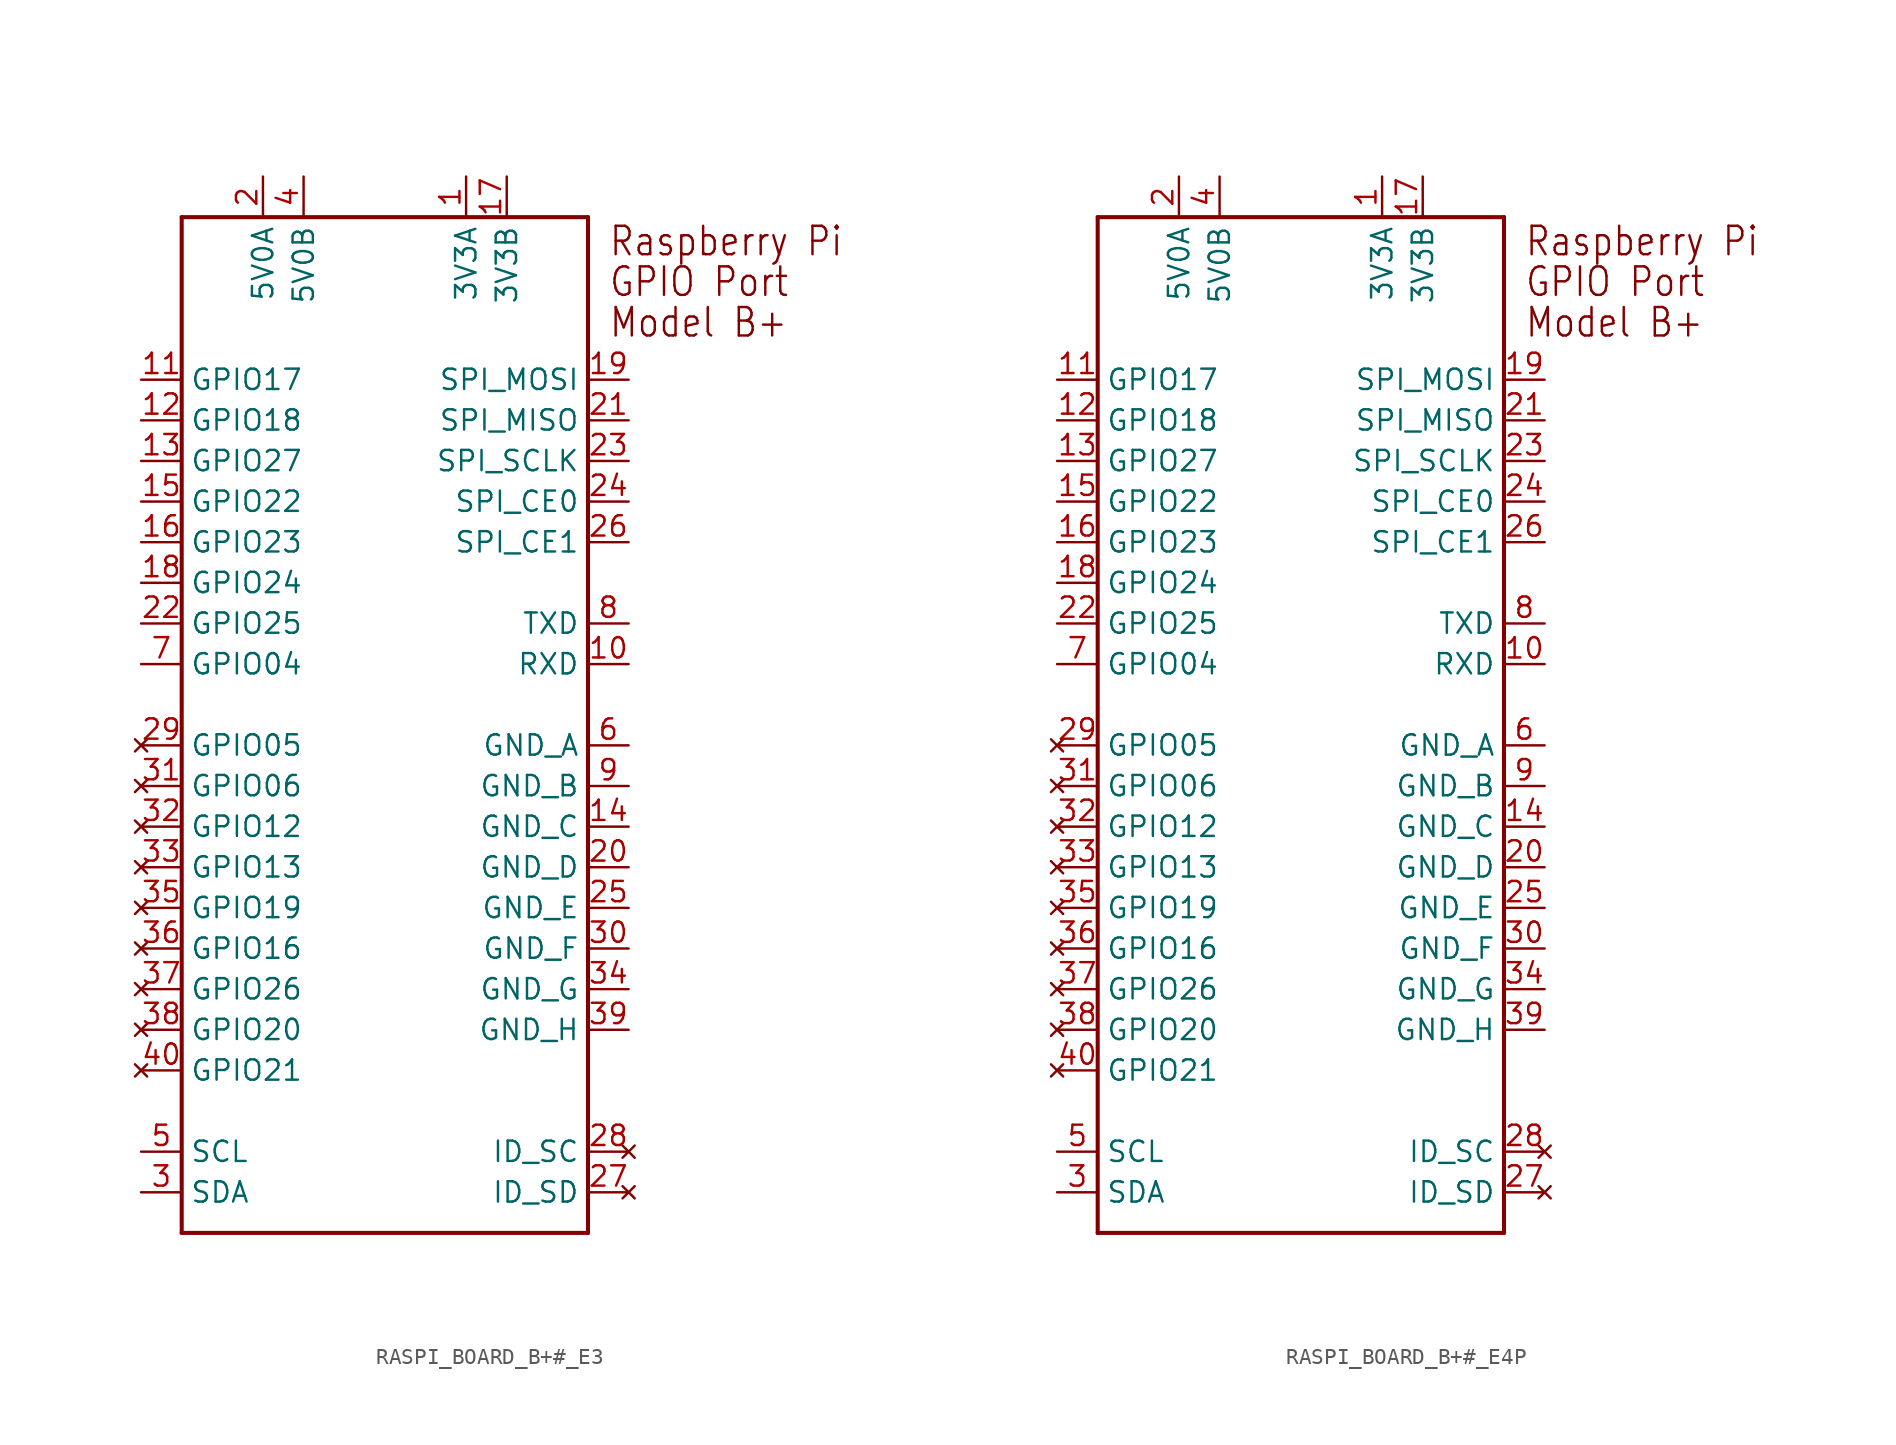
<source format=kicad_sym>
(kicad_symbol_lib
  (version 20220914)
  (generator kicad_symbol_editor)
  (symbol "RASPI_BOARD_B+#_E3"
    (property "Reference" "X"
      (at 0 0 0)
      (effects (font (size 1.27 1.27)) hide))
    (property "ki_locked" ""
      (at 0 0 0)
      (effects (font (size 1.27 1.27))))
    (symbol "RASPI_BOARD_B+#_E3_1_0"
      (polyline (pts (xy -12.7 -38.1) (xy -12.7 25.4)) (stroke (width 0.254) (type solid)) (fill (type none)))
      (polyline (pts (xy -12.7 25.4) (xy 12.7 25.4)) (stroke (width 0.254) (type solid)) (fill (type none)))
      (polyline (pts (xy 12.7 -38.1) (xy -12.7 -38.1)) (stroke (width 0.254) (type solid)) (fill (type none)))
      (polyline (pts (xy 12.7 25.4) (xy 12.7 -38.1)) (stroke (width 0.254) (type solid)) (fill (type none)))
      (text "GPIO Port" (at 13.97 20.32 0) (effects (font (size 1.778 1.511)) (justify left bottom)))
      (text "Model B+" (at 13.97 17.78 0) (effects (font (size 1.778 1.511)) (justify left bottom)))
      (text "Raspberry Pi" (at 13.97 22.86 0) (effects (font (size 1.778 1.511)) (justify left bottom)))
      (pin power_in line (at 5.08 27.94 270) (length 2.54) (name "3V3A" (effects (font (size 1.27 1.27)))) (number "1" (effects (font (size 1.27 1.27)))))
      (pin bidirectional line (at 15.24 -2.54 180) (length 2.54) (name "RXD" (effects (font (size 1.27 1.27)))) (number "10" (effects (font (size 1.27 1.27)))))
      (pin bidirectional line (at -15.24 15.24 0) (length 2.54) (name "GPIO17" (effects (font (size 1.27 1.27)))) (number "11" (effects (font (size 1.27 1.27)))))
      (pin bidirectional line (at -15.24 12.7 0) (length 2.54) (name "GPIO18" (effects (font (size 1.27 1.27)))) (number "12" (effects (font (size 1.27 1.27)))))
      (pin bidirectional line (at -15.24 10.16 0) (length 2.54) (name "GPIO27" (effects (font (size 1.27 1.27)))) (number "13" (effects (font (size 1.27 1.27)))))
      (pin power_in line (at 15.24 -12.7 180) (length 2.54) (name "GND_C" (effects (font (size 1.27 1.27)))) (number "14" (effects (font (size 1.27 1.27)))))
      (pin bidirectional line (at -15.24 7.62 0) (length 2.54) (name "GPIO22" (effects (font (size 1.27 1.27)))) (number "15" (effects (font (size 1.27 1.27)))))
      (pin bidirectional line (at -15.24 5.08 0) (length 2.54) (name "GPIO23" (effects (font (size 1.27 1.27)))) (number "16" (effects (font (size 1.27 1.27)))))
      (pin power_in line (at 7.62 27.94 270) (length 2.54) (name "3V3B" (effects (font (size 1.27 1.27)))) (number "17" (effects (font (size 1.27 1.27)))))
      (pin bidirectional line (at -15.24 2.54 0) (length 2.54) (name "GPIO24" (effects (font (size 1.27 1.27)))) (number "18" (effects (font (size 1.27 1.27)))))
      (pin bidirectional line (at 15.24 15.24 180) (length 2.54) (name "SPI_MOSI" (effects (font (size 1.27 1.27)))) (number "19" (effects (font (size 1.27 1.27)))))
      (pin power_in line (at -7.62 27.94 270) (length 2.54) (name "5V0A" (effects (font (size 1.27 1.27)))) (number "2" (effects (font (size 1.27 1.27)))))
      (pin power_in line (at 15.24 -15.24 180) (length 2.54) (name "GND_D" (effects (font (size 1.27 1.27)))) (number "20" (effects (font (size 1.27 1.27)))))
      (pin bidirectional line (at 15.24 12.7 180) (length 2.54) (name "SPI_MISO" (effects (font (size 1.27 1.27)))) (number "21" (effects (font (size 1.27 1.27)))))
      (pin bidirectional line (at -15.24 0 0) (length 2.54) (name "GPIO25" (effects (font (size 1.27 1.27)))) (number "22" (effects (font (size 1.27 1.27)))))
      (pin bidirectional line (at 15.24 10.16 180) (length 2.54) (name "SPI_SCLK" (effects (font (size 1.27 1.27)))) (number "23" (effects (font (size 1.27 1.27)))))
      (pin bidirectional line (at 15.24 7.62 180) (length 2.54) (name "SPI_CE0" (effects (font (size 1.27 1.27)))) (number "24" (effects (font (size 1.27 1.27)))))
      (pin power_in line (at 15.24 -17.78 180) (length 2.54) (name "GND_E" (effects (font (size 1.27 1.27)))) (number "25" (effects (font (size 1.27 1.27)))))
      (pin bidirectional line (at 15.24 5.08 180) (length 2.54) (name "SPI_CE1" (effects (font (size 1.27 1.27)))) (number "26" (effects (font (size 1.27 1.27)))))
      (pin no_connect line (at 15.24 -35.56 180) (length 2.54) (name "ID_SD" (effects (font (size 1.27 1.27)))) (number "27" (effects (font (size 1.27 1.27)))))
      (pin no_connect line (at 15.24 -33.02 180) (length 2.54) (name "ID_SC" (effects (font (size 1.27 1.27)))) (number "28" (effects (font (size 1.27 1.27)))))
      (pin no_connect line (at -15.24 -7.62 0) (length 2.54) (name "GPIO05" (effects (font (size 1.27 1.27)))) (number "29" (effects (font (size 1.27 1.27)))))
      (pin bidirectional line (at -15.24 -35.56 0) (length 2.54) (name "SDA" (effects (font (size 1.27 1.27)))) (number "3" (effects (font (size 1.27 1.27)))))
      (pin power_in line (at 15.24 -20.32 180) (length 2.54) (name "GND_F" (effects (font (size 1.27 1.27)))) (number "30" (effects (font (size 1.27 1.27)))))
      (pin no_connect line (at -15.24 -10.16 0) (length 2.54) (name "GPIO06" (effects (font (size 1.27 1.27)))) (number "31" (effects (font (size 1.27 1.27)))))
      (pin no_connect line (at -15.24 -12.7 0) (length 2.54) (name "GPIO12" (effects (font (size 1.27 1.27)))) (number "32" (effects (font (size 1.27 1.27)))))
      (pin no_connect line (at -15.24 -15.24 0) (length 2.54) (name "GPIO13" (effects (font (size 1.27 1.27)))) (number "33" (effects (font (size 1.27 1.27)))))
      (pin power_in line (at 15.24 -22.86 180) (length 2.54) (name "GND_G" (effects (font (size 1.27 1.27)))) (number "34" (effects (font (size 1.27 1.27)))))
      (pin no_connect line (at -15.24 -17.78 0) (length 2.54) (name "GPIO19" (effects (font (size 1.27 1.27)))) (number "35" (effects (font (size 1.27 1.27)))))
      (pin no_connect line (at -15.24 -20.32 0) (length 2.54) (name "GPIO16" (effects (font (size 1.27 1.27)))) (number "36" (effects (font (size 1.27 1.27)))))
      (pin no_connect line (at -15.24 -22.86 0) (length 2.54) (name "GPIO26" (effects (font (size 1.27 1.27)))) (number "37" (effects (font (size 1.27 1.27)))))
      (pin no_connect line (at -15.24 -25.4 0) (length 2.54) (name "GPIO20" (effects (font (size 1.27 1.27)))) (number "38" (effects (font (size 1.27 1.27)))))
      (pin power_in line (at 15.24 -25.4 180) (length 2.54) (name "GND_H" (effects (font (size 1.27 1.27)))) (number "39" (effects (font (size 1.27 1.27)))))
      (pin power_in line (at -5.08 27.94 270) (length 2.54) (name "5V0B" (effects (font (size 1.27 1.27)))) (number "4" (effects (font (size 1.27 1.27)))))
      (pin no_connect line (at -15.24 -27.94 0) (length 2.54) (name "GPIO21" (effects (font (size 1.27 1.27)))) (number "40" (effects (font (size 1.27 1.27)))))
      (pin bidirectional line (at -15.24 -33.02 0) (length 2.54) (name "SCL" (effects (font (size 1.27 1.27)))) (number "5" (effects (font (size 1.27 1.27)))))
      (pin power_in line (at 15.24 -7.62 180) (length 2.54) (name "GND_A" (effects (font (size 1.27 1.27)))) (number "6" (effects (font (size 1.27 1.27)))))
      (pin bidirectional line (at -15.24 -2.54 0) (length 2.54) (name "GPIO04" (effects (font (size 1.27 1.27)))) (number "7" (effects (font (size 1.27 1.27)))))
      (pin bidirectional line (at 15.24 0 180) (length 2.54) (name "TXD" (effects (font (size 1.27 1.27)))) (number "8" (effects (font (size 1.27 1.27)))))
      (pin power_in line (at 15.24 -10.16 180) (length 2.54) (name "GND_B" (effects (font (size 1.27 1.27)))) (number "9" (effects (font (size 1.27 1.27)))))))
  (symbol "RASPI_BOARD_B+#_E4P"
    (property "Reference" "X"
      (at 0 0 0)
      (effects (font (size 1.27 1.27)) hide))
    (property "ki_locked" ""
      (at 0 0 0)
      (effects (font (size 1.27 1.27))))
    (symbol "RASPI_BOARD_B+#_E4P_1_0"
      (polyline (pts (xy -12.7 -38.1) (xy -12.7 25.4)) (stroke (width 0.254) (type solid)) (fill (type none)))
      (polyline (pts (xy -12.7 25.4) (xy 12.7 25.4)) (stroke (width 0.254) (type solid)) (fill (type none)))
      (polyline (pts (xy 12.7 -38.1) (xy -12.7 -38.1)) (stroke (width 0.254) (type solid)) (fill (type none)))
      (polyline (pts (xy 12.7 25.4) (xy 12.7 -38.1)) (stroke (width 0.254) (type solid)) (fill (type none)))
      (text "GPIO Port" (at 13.97 20.32 0) (effects (font (size 1.778 1.511)) (justify left bottom)))
      (text "Model B+" (at 13.97 17.78 0) (effects (font (size 1.778 1.511)) (justify left bottom)))
      (text "Raspberry Pi" (at 13.97 22.86 0) (effects (font (size 1.778 1.511)) (justify left bottom)))
      (pin power_in line (at 5.08 27.94 270) (length 2.54) (name "3V3A" (effects (font (size 1.27 1.27)))) (number "1" (effects (font (size 1.27 1.27)))))
      (pin bidirectional line (at 15.24 -2.54 180) (length 2.54) (name "RXD" (effects (font (size 1.27 1.27)))) (number "10" (effects (font (size 1.27 1.27)))))
      (pin bidirectional line (at -15.24 15.24 0) (length 2.54) (name "GPIO17" (effects (font (size 1.27 1.27)))) (number "11" (effects (font (size 1.27 1.27)))))
      (pin bidirectional line (at -15.24 12.7 0) (length 2.54) (name "GPIO18" (effects (font (size 1.27 1.27)))) (number "12" (effects (font (size 1.27 1.27)))))
      (pin bidirectional line (at -15.24 10.16 0) (length 2.54) (name "GPIO27" (effects (font (size 1.27 1.27)))) (number "13" (effects (font (size 1.27 1.27)))))
      (pin power_in line (at 15.24 -12.7 180) (length 2.54) (name "GND_C" (effects (font (size 1.27 1.27)))) (number "14" (effects (font (size 1.27 1.27)))))
      (pin bidirectional line (at -15.24 7.62 0) (length 2.54) (name "GPIO22" (effects (font (size 1.27 1.27)))) (number "15" (effects (font (size 1.27 1.27)))))
      (pin bidirectional line (at -15.24 5.08 0) (length 2.54) (name "GPIO23" (effects (font (size 1.27 1.27)))) (number "16" (effects (font (size 1.27 1.27)))))
      (pin power_in line (at 7.62 27.94 270) (length 2.54) (name "3V3B" (effects (font (size 1.27 1.27)))) (number "17" (effects (font (size 1.27 1.27)))))
      (pin bidirectional line (at -15.24 2.54 0) (length 2.54) (name "GPIO24" (effects (font (size 1.27 1.27)))) (number "18" (effects (font (size 1.27 1.27)))))
      (pin bidirectional line (at 15.24 15.24 180) (length 2.54) (name "SPI_MOSI" (effects (font (size 1.27 1.27)))) (number "19" (effects (font (size 1.27 1.27)))))
      (pin power_in line (at -7.62 27.94 270) (length 2.54) (name "5V0A" (effects (font (size 1.27 1.27)))) (number "2" (effects (font (size 1.27 1.27)))))
      (pin power_in line (at 15.24 -15.24 180) (length 2.54) (name "GND_D" (effects (font (size 1.27 1.27)))) (number "20" (effects (font (size 1.27 1.27)))))
      (pin bidirectional line (at 15.24 12.7 180) (length 2.54) (name "SPI_MISO" (effects (font (size 1.27 1.27)))) (number "21" (effects (font (size 1.27 1.27)))))
      (pin bidirectional line (at -15.24 0 0) (length 2.54) (name "GPIO25" (effects (font (size 1.27 1.27)))) (number "22" (effects (font (size 1.27 1.27)))))
      (pin bidirectional line (at 15.24 10.16 180) (length 2.54) (name "SPI_SCLK" (effects (font (size 1.27 1.27)))) (number "23" (effects (font (size 1.27 1.27)))))
      (pin bidirectional line (at 15.24 7.62 180) (length 2.54) (name "SPI_CE0" (effects (font (size 1.27 1.27)))) (number "24" (effects (font (size 1.27 1.27)))))
      (pin power_in line (at 15.24 -17.78 180) (length 2.54) (name "GND_E" (effects (font (size 1.27 1.27)))) (number "25" (effects (font (size 1.27 1.27)))))
      (pin bidirectional line (at 15.24 5.08 180) (length 2.54) (name "SPI_CE1" (effects (font (size 1.27 1.27)))) (number "26" (effects (font (size 1.27 1.27)))))
      (pin no_connect line (at 15.24 -35.56 180) (length 2.54) (name "ID_SD" (effects (font (size 1.27 1.27)))) (number "27" (effects (font (size 1.27 1.27)))))
      (pin no_connect line (at 15.24 -33.02 180) (length 2.54) (name "ID_SC" (effects (font (size 1.27 1.27)))) (number "28" (effects (font (size 1.27 1.27)))))
      (pin no_connect line (at -15.24 -7.62 0) (length 2.54) (name "GPIO05" (effects (font (size 1.27 1.27)))) (number "29" (effects (font (size 1.27 1.27)))))
      (pin bidirectional line (at -15.24 -35.56 0) (length 2.54) (name "SDA" (effects (font (size 1.27 1.27)))) (number "3" (effects (font (size 1.27 1.27)))))
      (pin power_in line (at 15.24 -20.32 180) (length 2.54) (name "GND_F" (effects (font (size 1.27 1.27)))) (number "30" (effects (font (size 1.27 1.27)))))
      (pin no_connect line (at -15.24 -10.16 0) (length 2.54) (name "GPIO06" (effects (font (size 1.27 1.27)))) (number "31" (effects (font (size 1.27 1.27)))))
      (pin no_connect line (at -15.24 -12.7 0) (length 2.54) (name "GPIO12" (effects (font (size 1.27 1.27)))) (number "32" (effects (font (size 1.27 1.27)))))
      (pin no_connect line (at -15.24 -15.24 0) (length 2.54) (name "GPIO13" (effects (font (size 1.27 1.27)))) (number "33" (effects (font (size 1.27 1.27)))))
      (pin power_in line (at 15.24 -22.86 180) (length 2.54) (name "GND_G" (effects (font (size 1.27 1.27)))) (number "34" (effects (font (size 1.27 1.27)))))
      (pin no_connect line (at -15.24 -17.78 0) (length 2.54) (name "GPIO19" (effects (font (size 1.27 1.27)))) (number "35" (effects (font (size 1.27 1.27)))))
      (pin no_connect line (at -15.24 -20.32 0) (length 2.54) (name "GPIO16" (effects (font (size 1.27 1.27)))) (number "36" (effects (font (size 1.27 1.27)))))
      (pin no_connect line (at -15.24 -22.86 0) (length 2.54) (name "GPIO26" (effects (font (size 1.27 1.27)))) (number "37" (effects (font (size 1.27 1.27)))))
      (pin no_connect line (at -15.24 -25.4 0) (length 2.54) (name "GPIO20" (effects (font (size 1.27 1.27)))) (number "38" (effects (font (size 1.27 1.27)))))
      (pin power_in line (at 15.24 -25.4 180) (length 2.54) (name "GND_H" (effects (font (size 1.27 1.27)))) (number "39" (effects (font (size 1.27 1.27)))))
      (pin power_in line (at -5.08 27.94 270) (length 2.54) (name "5V0B" (effects (font (size 1.27 1.27)))) (number "4" (effects (font (size 1.27 1.27)))))
      (pin no_connect line (at -15.24 -27.94 0) (length 2.54) (name "GPIO21" (effects (font (size 1.27 1.27)))) (number "40" (effects (font (size 1.27 1.27)))))
      (pin bidirectional line (at -15.24 -33.02 0) (length 2.54) (name "SCL" (effects (font (size 1.27 1.27)))) (number "5" (effects (font (size 1.27 1.27)))))
      (pin power_in line (at 15.24 -7.62 180) (length 2.54) (name "GND_A" (effects (font (size 1.27 1.27)))) (number "6" (effects (font (size 1.27 1.27)))))
      (pin bidirectional line (at -15.24 -2.54 0) (length 2.54) (name "GPIO04" (effects (font (size 1.27 1.27)))) (number "7" (effects (font (size 1.27 1.27)))))
      (pin bidirectional line (at 15.24 0 180) (length 2.54) (name "TXD" (effects (font (size 1.27 1.27)))) (number "8" (effects (font (size 1.27 1.27)))))
      (pin power_in line (at 15.24 -10.16 180) (length 2.54) (name "GND_B" (effects (font (size 1.27 1.27)))) (number "9" (effects (font (size 1.27 1.27))))))))
</source>
